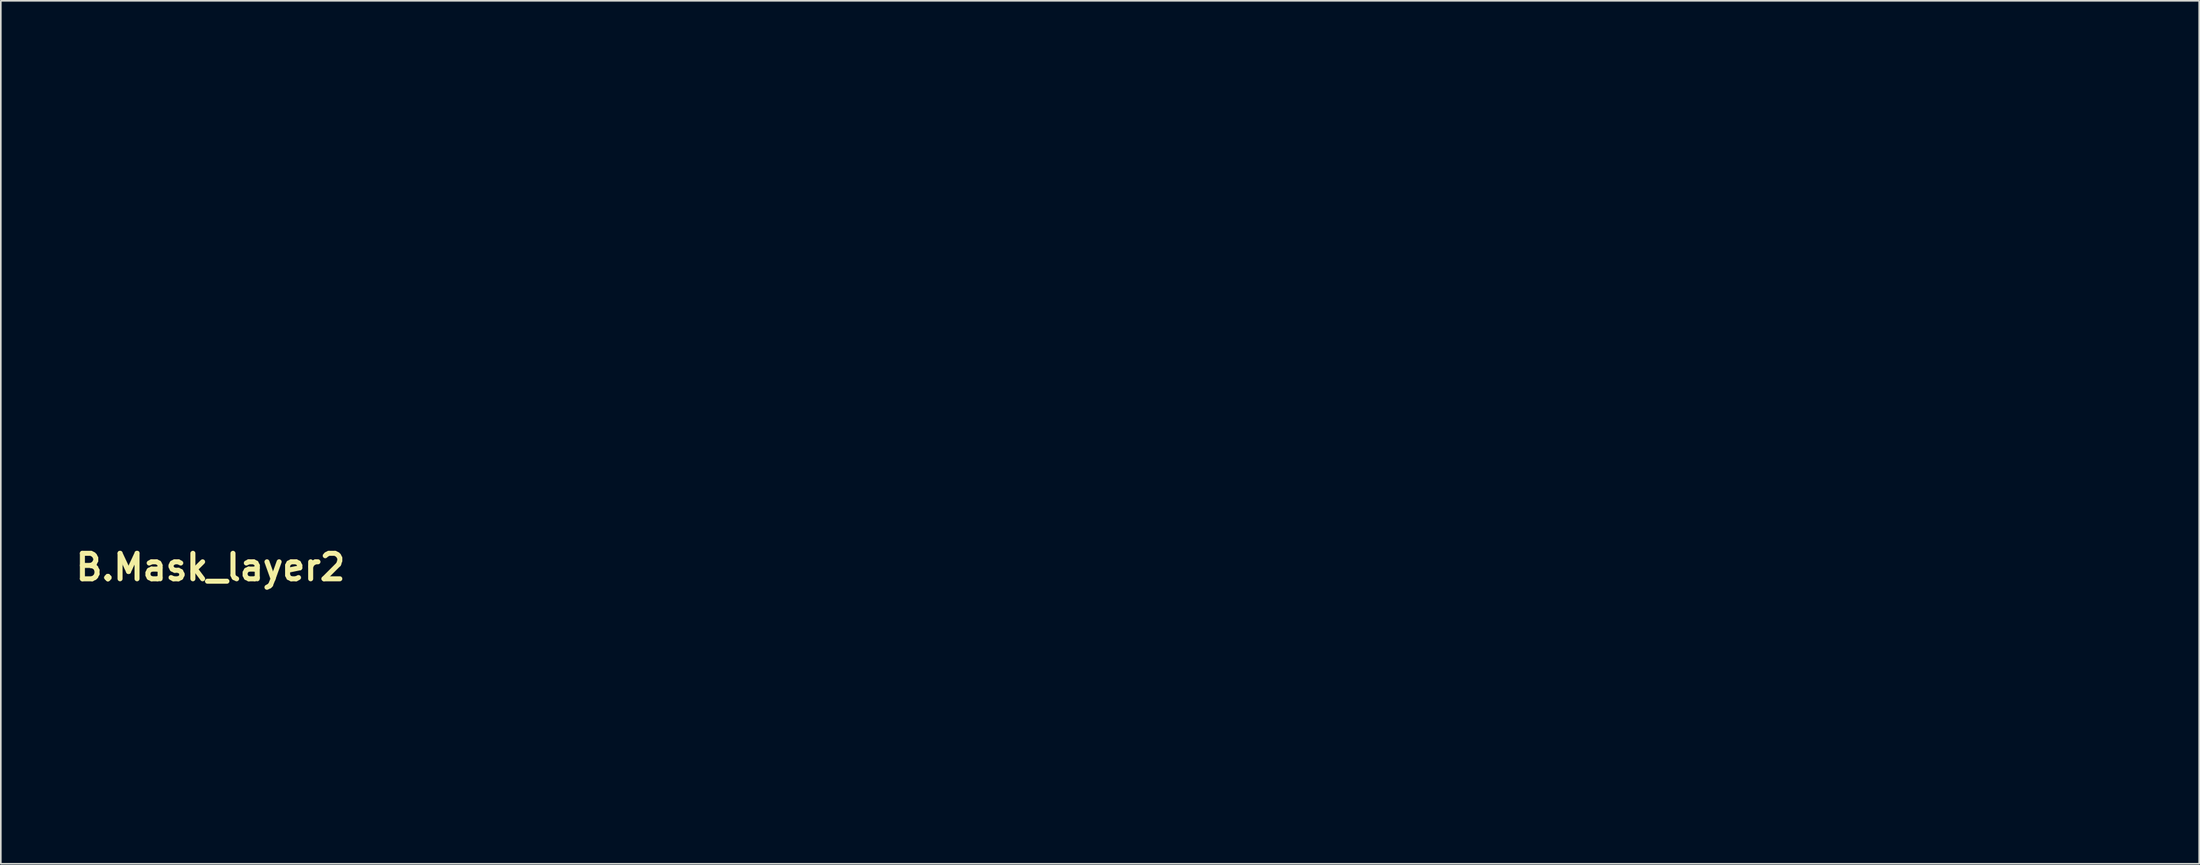
<source format=kicad_pcb>
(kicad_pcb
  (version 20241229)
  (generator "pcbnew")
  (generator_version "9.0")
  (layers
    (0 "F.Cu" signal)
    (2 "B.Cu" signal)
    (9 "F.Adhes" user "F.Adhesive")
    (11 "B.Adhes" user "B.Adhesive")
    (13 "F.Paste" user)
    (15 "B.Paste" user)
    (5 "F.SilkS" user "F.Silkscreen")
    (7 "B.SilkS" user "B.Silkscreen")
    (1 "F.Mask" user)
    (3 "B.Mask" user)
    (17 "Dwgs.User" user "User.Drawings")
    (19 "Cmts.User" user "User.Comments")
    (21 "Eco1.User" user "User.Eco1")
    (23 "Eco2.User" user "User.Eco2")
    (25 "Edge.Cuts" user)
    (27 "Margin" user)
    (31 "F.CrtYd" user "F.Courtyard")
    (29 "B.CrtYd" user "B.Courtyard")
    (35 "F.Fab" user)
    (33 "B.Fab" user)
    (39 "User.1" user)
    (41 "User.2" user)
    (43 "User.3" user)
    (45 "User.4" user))
  (footprint "B.Mask_layer2"
    (layer "F.Cu")
    (at 9.532 30.886)
    (property "Reference" "B.Mask_layer2" (at 0 0 0) (layer "F.SilkS") (effects (font (size 1.524 1.524) (thickness 0.3))))
    (attr through_hole)
    (fp_poly (pts (xy -7.574 13.698) (xy -7.453 13.754) (xy -7.349 13.838) (xy -7.269 13.947) (xy -7.218 14.08) (xy -7.216 14.086) (xy -7.203 14.23) (xy -7.227 14.363) (xy -7.282 14.482) (xy -7.365 14.583) (xy -7.468 14.661) (xy -7.588 14.713) (xy -7.72 14.734) (xy -7.857 14.721) (xy -7.971 14.682) (xy -8.089 14.605) (xy -8.179 14.504) (xy -8.239 14.385) (xy -8.268 14.256) (xy -8.265 14.123) (xy -8.23 13.993) (xy -8.161 13.874) (xy -8.087 13.796) (xy -7.967 13.719) (xy -7.837 13.678) (xy -7.704 13.672) (xy -7.574 13.698)) (stroke (width 0.01) (type solid)) (fill yes) (layer "B.Mask"))
    (fp_poly (pts (xy -5.082 13.67) (xy -4.966 13.711) (xy -4.861 13.778) (xy -4.774 13.867) (xy -4.709 13.975) (xy -4.671 14.099) (xy -4.664 14.236) (xy -4.687 14.36) (xy -4.744 14.484) (xy -4.832 14.588) (xy -4.943 14.666) (xy -5.069 14.716) (xy -5.204 14.732) (xy -5.334 14.712) (xy -5.471 14.651) (xy -5.58 14.564) (xy -5.661 14.456) (xy -5.711 14.333) (xy -5.73 14.203) (xy -5.714 14.07) (xy -5.664 13.943) (xy -5.576 13.825) (xy -5.57 13.819) (xy -5.454 13.729) (xy -5.331 13.676) (xy -5.206 13.657) (xy -5.082 13.67)) (stroke (width 0.01) (type solid)) (fill yes) (layer "B.Mask"))
    (fp_poly (pts (xy -6.341 12.405) (xy -6.216 12.452) (xy -6.106 12.529) (xy -6.017 12.635) (xy -5.978 12.711) (xy -5.949 12.823) (xy -5.943 12.951) (xy -5.961 13.075) (xy -5.989 13.152) (xy -6.07 13.273) (xy -6.177 13.367) (xy -6.305 13.428) (xy -6.445 13.455) (xy -6.589 13.443) (xy -6.597 13.442) (xy -6.731 13.39) (xy -6.84 13.31) (xy -6.923 13.206) (xy -6.978 13.087) (xy -7.003 12.957) (xy -6.996 12.825) (xy -6.956 12.696) (xy -6.88 12.576) (xy -6.846 12.538) (xy -6.733 12.453) (xy -6.607 12.404) (xy -6.474 12.388) (xy -6.341 12.405)) (stroke (width 0.01) (type solid)) (fill yes) (layer "B.Mask"))
    (fp_poly (pts (xy 78.769 -11.916) (xy 78.926 -11.879) (xy 79.068 -11.81) (xy 79.186 -11.711) (xy 79.273 -11.603) (xy 79.328 -11.495) (xy 79.356 -11.374) (xy 79.364 -11.239) (xy 79.361 -11.132) (xy 79.349 -11.051) (xy 79.328 -10.982) (xy 79.318 -10.961) (xy 79.231 -10.819) (xy 79.115 -10.705) (xy 78.976 -10.62) (xy 78.821 -10.569) (xy 78.656 -10.555) (xy 78.565 -10.564) (xy 78.41 -10.609) (xy 78.275 -10.687) (xy 78.163 -10.793) (xy 78.078 -10.921) (xy 78.023 -11.065) (xy 78.001 -11.22) (xy 78.014 -11.381) (xy 78.044 -11.487) (xy 78.104 -11.604) (xy 78.193 -11.714) (xy 78.299 -11.807) (xy 78.411 -11.873) (xy 78.442 -11.885) (xy 78.605 -11.919) (xy 78.769 -11.916)) (stroke (width 0.01) (type solid)) (fill yes) (layer "B.Mask"))
    (fp_poly (pts (xy 111.887 -25.896) (xy 112.044 -25.851) (xy 112.183 -25.768) (xy 112.301 -25.648) (xy 112.338 -25.597) (xy 112.41 -25.453) (xy 112.444 -25.3) (xy 112.442 -25.145) (xy 112.408 -24.994) (xy 112.341 -24.854) (xy 112.245 -24.731) (xy 112.121 -24.633) (xy 112.044 -24.592) (xy 111.959 -24.566) (xy 111.853 -24.548) (xy 111.742 -24.54) (xy 111.644 -24.543) (xy 111.601 -24.551) (xy 111.444 -24.613) (xy 111.307 -24.708) (xy 111.196 -24.832) (xy 111.157 -24.895) (xy 111.109 -25.02) (xy 111.085 -25.164) (xy 111.085 -25.313) (xy 111.112 -25.45) (xy 111.117 -25.466) (xy 111.19 -25.608) (xy 111.294 -25.728) (xy 111.425 -25.82) (xy 111.575 -25.881) (xy 111.711 -25.903) (xy 111.887 -25.896)) (stroke (width 0.01) (type solid)) (fill yes) (layer "B.Mask"))
    (fp_poly (pts (xy -8.844 12.423) (xy -8.711 12.478) (xy -8.601 12.567) (xy -8.517 12.687) (xy -8.506 12.71) (xy -8.478 12.81) (xy -8.468 12.929) (xy -8.476 13.048) (xy -8.504 13.149) (xy -8.506 13.155) (xy -8.557 13.236) (xy -8.632 13.317) (xy -8.716 13.386) (xy -8.798 13.432) (xy -8.819 13.439) (xy -8.926 13.456) (xy -9.048 13.457) (xy -9.16 13.442) (xy -9.186 13.434) (xy -9.256 13.398) (xy -9.334 13.336) (xy -9.408 13.26) (xy -9.468 13.181) (xy -9.502 13.111) (xy -9.502 13.111) (xy -9.527 12.955) (xy -9.514 12.809) (xy -9.468 12.68) (xy -9.392 12.569) (xy -9.289 12.484) (xy -9.161 12.428) (xy -9.013 12.405) (xy -8.996 12.405) (xy -8.844 12.423)) (stroke (width 0.01) (type solid)) (fill yes) (layer "B.Mask"))
    (fp_poly (pts (xy 10.152 -3.607) (xy 10.224 -3.598) (xy 10.286 -3.58) (xy 10.355 -3.55) (xy 10.494 -3.459) (xy 10.605 -3.341) (xy 10.684 -3.202) (xy 10.73 -3.048) (xy 10.739 -2.885) (xy 10.71 -2.718) (xy 10.702 -2.693) (xy 10.645 -2.578) (xy 10.559 -2.467) (xy 10.455 -2.372) (xy 10.346 -2.307) (xy 10.232 -2.272) (xy 10.103 -2.253) (xy 9.974 -2.251) (xy 9.862 -2.269) (xy 9.849 -2.273) (xy 9.693 -2.345) (xy 9.565 -2.448) (xy 9.464 -2.584) (xy 9.43 -2.65) (xy 9.383 -2.802) (xy 9.372 -2.96) (xy 9.397 -3.118) (xy 9.455 -3.265) (xy 9.545 -3.393) (xy 9.582 -3.431) (xy 9.69 -3.517) (xy 9.799 -3.572) (xy 9.92 -3.601) (xy 10.054 -3.609) (xy 10.152 -3.607)) (stroke (width 0.01) (type solid)) (fill yes) (layer "B.Mask"))
    (fp_poly (pts (xy 105.541 -8.113) (xy 105.688 -8.053) (xy 105.818 -7.963) (xy 105.924 -7.846) (xy 105.984 -7.742) (xy 106.024 -7.607) (xy 106.038 -7.457) (xy 106.025 -7.306) (xy 105.985 -7.171) (xy 105.976 -7.151) (xy 105.885 -7.013) (xy 105.761 -6.897) (xy 105.66 -6.834) (xy 105.583 -6.807) (xy 105.48 -6.788) (xy 105.365 -6.779) (xy 105.254 -6.779) (xy 105.163 -6.79) (xy 105.143 -6.795) (xy 105.087 -6.819) (xy 105.017 -6.857) (xy 104.974 -6.884) (xy 104.849 -6.991) (xy 104.757 -7.116) (xy 104.699 -7.253) (xy 104.673 -7.397) (xy 104.678 -7.543) (xy 104.712 -7.684) (xy 104.775 -7.816) (xy 104.865 -7.933) (xy 104.982 -8.029) (xy 105.124 -8.099) (xy 105.227 -8.128) (xy 105.385 -8.139) (xy 105.541 -8.113)) (stroke (width 0.01) (type solid)) (fill yes) (layer "B.Mask"))
    (fp_poly (pts (xy 115.34 1.359) (xy 115.464 1.4) (xy 115.609 1.491) (xy 115.726 1.613) (xy 115.8 1.736) (xy 115.842 1.862) (xy 115.859 2.005) (xy 115.852 2.149) (xy 115.82 2.279) (xy 115.804 2.318) (xy 115.713 2.458) (xy 115.594 2.57) (xy 115.456 2.651) (xy 115.303 2.699) (xy 115.141 2.711) (xy 114.979 2.685) (xy 114.921 2.665) (xy 114.787 2.592) (xy 114.668 2.488) (xy 114.575 2.361) (xy 114.56 2.333) (xy 114.531 2.267) (xy 114.513 2.207) (xy 114.504 2.139) (xy 114.501 2.048) (xy 114.501 2.021) (xy 114.503 1.923) (xy 114.51 1.853) (xy 114.525 1.796) (xy 114.55 1.738) (xy 114.559 1.72) (xy 114.658 1.575) (xy 114.784 1.461) (xy 114.891 1.4) (xy 115.032 1.355) (xy 115.187 1.342) (xy 115.34 1.359)) (stroke (width 0.01) (type solid)) (fill yes) (layer "B.Mask"))
    (fp_poly (pts (xy 0.033 -15.661) (xy 0.166 -15.62) (xy 0.171 -15.618) (xy 0.316 -15.528) (xy 0.434 -15.406) (xy 0.503 -15.298) (xy 0.531 -15.237) (xy 0.549 -15.181) (xy 0.558 -15.116) (xy 0.561 -15.027) (xy 0.561 -14.997) (xy 0.559 -14.897) (xy 0.552 -14.825) (xy 0.536 -14.765) (xy 0.51 -14.702) (xy 0.502 -14.685) (xy 0.413 -14.55) (xy 0.297 -14.442) (xy 0.159 -14.365) (xy 0.006 -14.319) (xy -0.154 -14.308) (xy -0.317 -14.334) (xy -0.38 -14.355) (xy -0.497 -14.419) (xy -0.607 -14.514) (xy -0.7 -14.629) (xy -0.74 -14.7) (xy -0.778 -14.817) (xy -0.795 -14.954) (xy -0.79 -15.096) (xy -0.763 -15.226) (xy -0.745 -15.274) (xy -0.676 -15.386) (xy -0.58 -15.493) (xy -0.468 -15.582) (xy -0.392 -15.624) (xy -0.262 -15.663) (xy -0.115 -15.676) (xy 0.033 -15.661)) (stroke (width 0.01) (type solid)) (fill yes) (layer "B.Mask"))
    (fp_poly (pts (xy 0.629 0.224) (xy 0.7 0.23) (xy 0.755 0.242) (xy 0.808 0.264) (xy 0.836 0.279) (xy 0.978 0.377) (xy 1.091 0.507) (xy 1.155 0.621) (xy 1.183 0.688) (xy 1.199 0.745) (xy 1.205 0.808) (xy 1.204 0.892) (xy 1.203 0.928) (xy 1.195 1.03) (xy 1.182 1.105) (xy 1.16 1.169) (xy 1.132 1.225) (xy 1.038 1.356) (xy 0.916 1.46) (xy 0.774 1.535) (xy 0.619 1.577) (xy 0.459 1.582) (xy 0.338 1.56) (xy 0.187 1.497) (xy 0.062 1.405) (xy -0.037 1.29) (xy -0.108 1.157) (xy -0.149 1.013) (xy -0.159 0.863) (xy -0.137 0.713) (xy -0.08 0.57) (xy 0.012 0.438) (xy 0.039 0.41) (xy 0.136 0.325) (xy 0.233 0.269) (xy 0.342 0.237) (xy 0.475 0.224) (xy 0.529 0.223) (xy 0.629 0.224)) (stroke (width 0.01) (type solid)) (fill yes) (layer "B.Mask"))
    (fp_poly (pts (xy 109.342 -26.205) (xy 109.478 -26.166) (xy 109.499 -26.156) (xy 109.637 -26.065) (xy 109.754 -25.94) (xy 109.817 -25.84) (xy 109.84 -25.79) (xy 109.855 -25.738) (xy 109.863 -25.673) (xy 109.865 -25.581) (xy 109.866 -25.538) (xy 109.864 -25.433) (xy 109.859 -25.359) (xy 109.847 -25.304) (xy 109.827 -25.254) (xy 109.817 -25.235) (xy 109.718 -25.087) (xy 109.596 -24.976) (xy 109.453 -24.901) (xy 109.288 -24.862) (xy 109.223 -24.857) (xy 109.137 -24.856) (xy 109.061 -24.86) (xy 109.011 -24.867) (xy 109.008 -24.868) (xy 108.861 -24.937) (xy 108.728 -25.036) (xy 108.621 -25.158) (xy 108.56 -25.262) (xy 108.525 -25.379) (xy 108.511 -25.514) (xy 108.517 -25.652) (xy 108.545 -25.774) (xy 108.558 -25.807) (xy 108.625 -25.918) (xy 108.717 -26.025) (xy 108.822 -26.114) (xy 108.909 -26.165) (xy 109.042 -26.205) (xy 109.192 -26.219) (xy 109.342 -26.205)) (stroke (width 0.01) (type solid)) (fill yes) (layer "B.Mask"))
    (fp_poly (pts (xy -5.08 -5.512) (xy -5.011 -5.503) (xy -4.948 -5.483) (xy -4.872 -5.448) (xy -4.856 -5.44) (xy -4.72 -5.35) (xy -4.616 -5.24) (xy -4.544 -5.115) (xy -4.502 -4.98) (xy -4.488 -4.84) (xy -4.502 -4.7) (xy -4.543 -4.566) (xy -4.609 -4.442) (xy -4.698 -4.334) (xy -4.811 -4.246) (xy -4.944 -4.184) (xy -5.098 -4.153) (xy -5.171 -4.15) (xy -5.261 -4.156) (xy -5.351 -4.17) (xy -5.397 -4.181) (xy -5.531 -4.244) (xy -5.652 -4.342) (xy -5.752 -4.467) (xy -5.777 -4.508) (xy -5.814 -4.581) (xy -5.837 -4.639) (xy -5.848 -4.699) (xy -5.852 -4.776) (xy -5.852 -4.826) (xy -5.85 -4.926) (xy -5.841 -5.001) (xy -5.822 -5.065) (xy -5.797 -5.122) (xy -5.705 -5.267) (xy -5.583 -5.385) (xy -5.461 -5.459) (xy -5.388 -5.489) (xy -5.319 -5.506) (xy -5.235 -5.513) (xy -5.173 -5.514) (xy -5.08 -5.512)) (stroke (width 0.01) (type solid)) (fill yes) (layer "B.Mask"))
    (fp_poly (pts (xy 12.694 -27.081) (xy 12.766 -27.075) (xy 12.822 -27.062) (xy 12.875 -27.04) (xy 12.902 -27.026) (xy 12.996 -26.964) (xy 13.089 -26.881) (xy 13.167 -26.79) (xy 13.22 -26.703) (xy 13.221 -26.699) (xy 13.269 -26.535) (xy 13.278 -26.372) (xy 13.252 -26.214) (xy 13.193 -26.068) (xy 13.102 -25.94) (xy 12.982 -25.836) (xy 12.878 -25.778) (xy 12.772 -25.746) (xy 12.646 -25.728) (xy 12.518 -25.727) (xy 12.407 -25.744) (xy 12.403 -25.745) (xy 12.249 -25.81) (xy 12.119 -25.909) (xy 12.014 -26.042) (xy 11.967 -26.129) (xy 11.933 -26.239) (xy 11.917 -26.371) (xy 11.92 -26.508) (xy 11.944 -26.634) (xy 11.951 -26.656) (xy 12 -26.755) (xy 12.079 -26.857) (xy 12.174 -26.95) (xy 12.276 -27.021) (xy 12.285 -27.026) (xy 12.342 -27.053) (xy 12.395 -27.07) (xy 12.458 -27.079) (xy 12.543 -27.082) (xy 12.594 -27.083) (xy 12.694 -27.081)) (stroke (width 0.01) (type solid)) (fill yes) (layer "B.Mask"))
    (fp_poly (pts (xy 1.288 -30.878) (xy 1.346 -30.865) (xy 1.407 -30.842) (xy 1.432 -30.831) (xy 1.583 -30.74) (xy 1.705 -30.619) (xy 1.774 -30.512) (xy 1.802 -30.455) (xy 1.819 -30.403) (xy 1.827 -30.34) (xy 1.831 -30.255) (xy 1.831 -30.205) (xy 1.829 -30.101) (xy 1.822 -30.026) (xy 1.808 -29.966) (xy 1.784 -29.909) (xy 1.782 -29.904) (xy 1.692 -29.766) (xy 1.574 -29.655) (xy 1.435 -29.574) (xy 1.282 -29.526) (xy 1.122 -29.515) (xy 0.975 -29.539) (xy 0.844 -29.587) (xy 0.737 -29.654) (xy 0.645 -29.742) (xy 0.56 -29.855) (xy 0.507 -29.971) (xy 0.481 -30.105) (xy 0.477 -30.194) (xy 0.48 -30.294) (xy 0.49 -30.369) (xy 0.512 -30.438) (xy 0.531 -30.481) (xy 0.613 -30.621) (xy 0.712 -30.729) (xy 0.829 -30.808) (xy 0.897 -30.841) (xy 0.962 -30.861) (xy 1.042 -30.873) (xy 1.125 -30.878) (xy 1.22 -30.881) (xy 1.288 -30.878)) (stroke (width 0.01) (type solid)) (fill yes) (layer "B.Mask"))
    (fp_poly (pts (xy 76.882 -11.924) (xy 76.959 -11.913) (xy 77.03 -11.89) (xy 77.07 -11.872) (xy 77.215 -11.781) (xy 77.333 -11.659) (xy 77.4 -11.551) (xy 77.429 -11.49) (xy 77.447 -11.433) (xy 77.455 -11.365) (xy 77.458 -11.273) (xy 77.459 -11.25) (xy 77.457 -11.149) (xy 77.45 -11.076) (xy 77.434 -11.016) (xy 77.408 -10.956) (xy 77.408 -10.954) (xy 77.324 -10.826) (xy 77.213 -10.713) (xy 77.086 -10.629) (xy 77.079 -10.626) (xy 76.959 -10.586) (xy 76.819 -10.567) (xy 76.677 -10.571) (xy 76.55 -10.599) (xy 76.547 -10.6) (xy 76.401 -10.673) (xy 76.281 -10.773) (xy 76.19 -10.897) (xy 76.129 -11.036) (xy 76.099 -11.186) (xy 76.102 -11.341) (xy 76.14 -11.494) (xy 76.214 -11.641) (xy 76.264 -11.71) (xy 76.321 -11.763) (xy 76.401 -11.819) (xy 76.47 -11.858) (xy 76.551 -11.895) (xy 76.617 -11.916) (xy 76.689 -11.925) (xy 76.782 -11.927) (xy 76.882 -11.924)) (stroke (width 0.01) (type solid)) (fill yes) (layer "B.Mask"))
    (fp_poly (pts (xy 107.095 -0.53) (xy 107.218 -0.498) (xy 107.327 -0.44) (xy 107.432 -0.35) (xy 107.432 -0.35) (xy 107.522 -0.245) (xy 107.58 -0.137) (xy 107.612 -0.013) (xy 107.622 0.137) (xy 107.622 0.138) (xy 107.62 0.239) (xy 107.612 0.313) (xy 107.596 0.374) (xy 107.57 0.433) (xy 107.487 0.562) (xy 107.376 0.673) (xy 107.251 0.755) (xy 107.242 0.759) (xy 107.149 0.791) (xy 107.033 0.811) (xy 106.914 0.82) (xy 106.809 0.814) (xy 106.774 0.807) (xy 106.691 0.777) (xy 106.599 0.729) (xy 106.512 0.674) (xy 106.446 0.62) (xy 106.434 0.606) (xy 106.393 0.551) (xy 106.348 0.478) (xy 106.325 0.436) (xy 106.297 0.376) (xy 106.28 0.32) (xy 106.272 0.254) (xy 106.269 0.163) (xy 106.269 0.138) (xy 106.279 -0.014) (xy 106.311 -0.139) (xy 106.37 -0.248) (xy 106.458 -0.35) (xy 106.563 -0.44) (xy 106.671 -0.499) (xy 106.795 -0.53) (xy 106.945 -0.54) (xy 107.095 -0.53)) (stroke (width 0.01) (type solid)) (fill yes) (layer "B.Mask")))
  (gr_rect
    (start -3 -3)
    (end 128.396 48.625)
    (stroke (width 0.1) (type default))
    (fill no)
    (layer "Edge.Cuts")))
</source>
